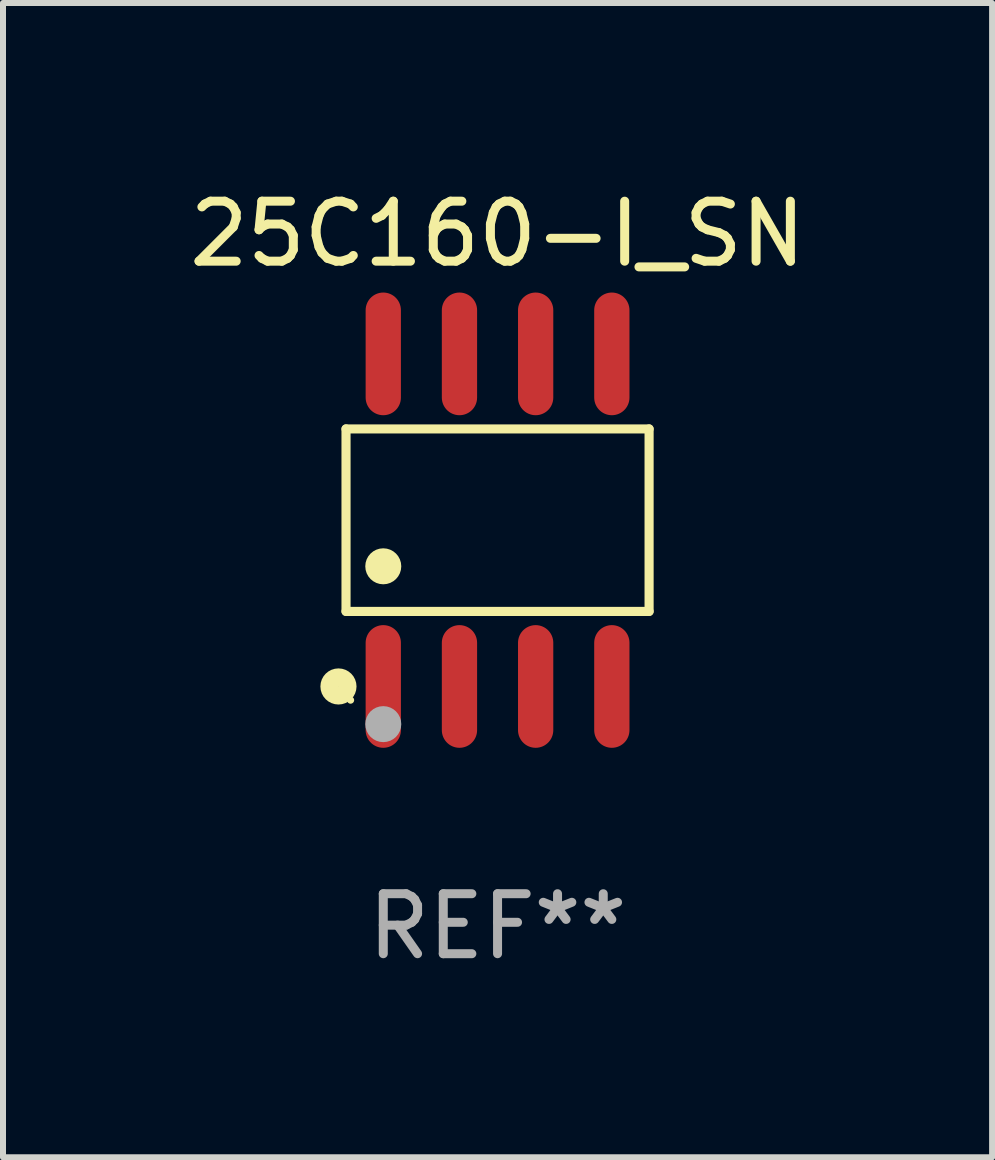
<source format=kicad_pcb>
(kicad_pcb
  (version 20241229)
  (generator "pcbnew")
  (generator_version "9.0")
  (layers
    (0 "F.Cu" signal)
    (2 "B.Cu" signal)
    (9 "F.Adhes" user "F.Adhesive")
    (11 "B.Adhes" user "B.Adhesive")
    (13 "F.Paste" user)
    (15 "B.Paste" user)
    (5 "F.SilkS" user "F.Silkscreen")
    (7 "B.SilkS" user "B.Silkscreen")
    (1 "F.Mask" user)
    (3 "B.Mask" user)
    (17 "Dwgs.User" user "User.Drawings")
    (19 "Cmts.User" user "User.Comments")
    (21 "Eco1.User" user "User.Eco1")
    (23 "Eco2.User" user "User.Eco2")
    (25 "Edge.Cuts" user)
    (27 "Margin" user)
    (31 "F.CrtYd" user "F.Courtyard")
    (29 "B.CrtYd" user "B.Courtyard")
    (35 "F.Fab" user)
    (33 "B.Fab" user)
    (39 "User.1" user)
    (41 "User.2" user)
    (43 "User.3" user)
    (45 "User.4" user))
  (footprint "25C160-I_SN"
    (layer "F.Cu")
    (at 5.244 5.621)
    (property "Reference" "25C160-I_SN" (at 0 -4.772 0) (layer "F.SilkS") (effects (font (size 1 1) (thickness 0.15))))
    (attr through_hole)
    (fp_line (start -2.526 -1.521) (end 2.526 -1.521) (stroke (width 0.152) (type solid)) (layer "F.SilkS"))
    (fp_line (start -2.526 1.521) (end -2.526 -1.521) (stroke (width 0.152) (type solid)) (layer "F.SilkS"))
    (fp_line (start 2.526 -1.521) (end 2.526 1.521) (stroke (width 0.152) (type solid)) (layer "F.SilkS"))
    (fp_line (start 2.526 1.521) (end -2.526 1.521) (stroke (width 0.152) (type solid)) (layer "F.SilkS"))
    (fp_circle (center -2.652 2.772) (end -2.501 2.772) (stroke (width 0.3) (type solid)) (fill no) (layer "F.SilkS"))
    (fp_circle (center -2.45 3) (end -2.42 3) (stroke (width 0.06) (type solid)) (fill no) (layer "F.SilkS"))
    (fp_circle (center -1.905 0.769) (end -1.755 0.769) (stroke (width 0.3) (type solid)) (fill no) (layer "F.SilkS"))
    (fp_circle (center -1.905 3.4) (end -1.755 3.4) (stroke (width 0.3) (type solid)) (fill no) (layer "F.Fab"))
    (fp_text user "REF**" (at 0 6.772 0) (layer "F.Fab") (effects (font (size 1 1) (thickness 0.15))))
    (pad "1" smd oval (at -1.905 2.772) (size 0.588 2.045) (layers "F.Cu" "F.Mask" "F.Paste"))
    (pad "2" smd oval (at -0.635 2.772) (size 0.588 2.045) (layers "F.Cu" "F.Mask" "F.Paste"))
    (pad "3" smd oval (at 0.635 2.772) (size 0.588 2.045) (layers "F.Cu" "F.Mask" "F.Paste"))
    (pad "4" smd oval (at 1.905 2.772) (size 0.588 2.045) (layers "F.Cu" "F.Mask" "F.Paste"))
    (pad "5" smd oval (at 1.905 -2.772) (size 0.588 2.045) (layers "F.Cu" "F.Mask" "F.Paste"))
    (pad "6" smd oval (at 0.635 -2.772) (size 0.588 2.045) (layers "F.Cu" "F.Mask" "F.Paste"))
    (pad "7" smd oval (at -0.635 -2.772) (size 0.588 2.045) (layers "F.Cu" "F.Mask" "F.Paste"))
    (pad "8" smd oval (at -1.905 -2.772) (size 0.588 2.045) (layers "F.Cu" "F.Mask" "F.Paste")))
  (gr_rect
    (start -3 -3)
    (end 13.488 16.241)
    (stroke (width 0.1) (type default))
    (fill no)
    (layer "Edge.Cuts")))
</source>
